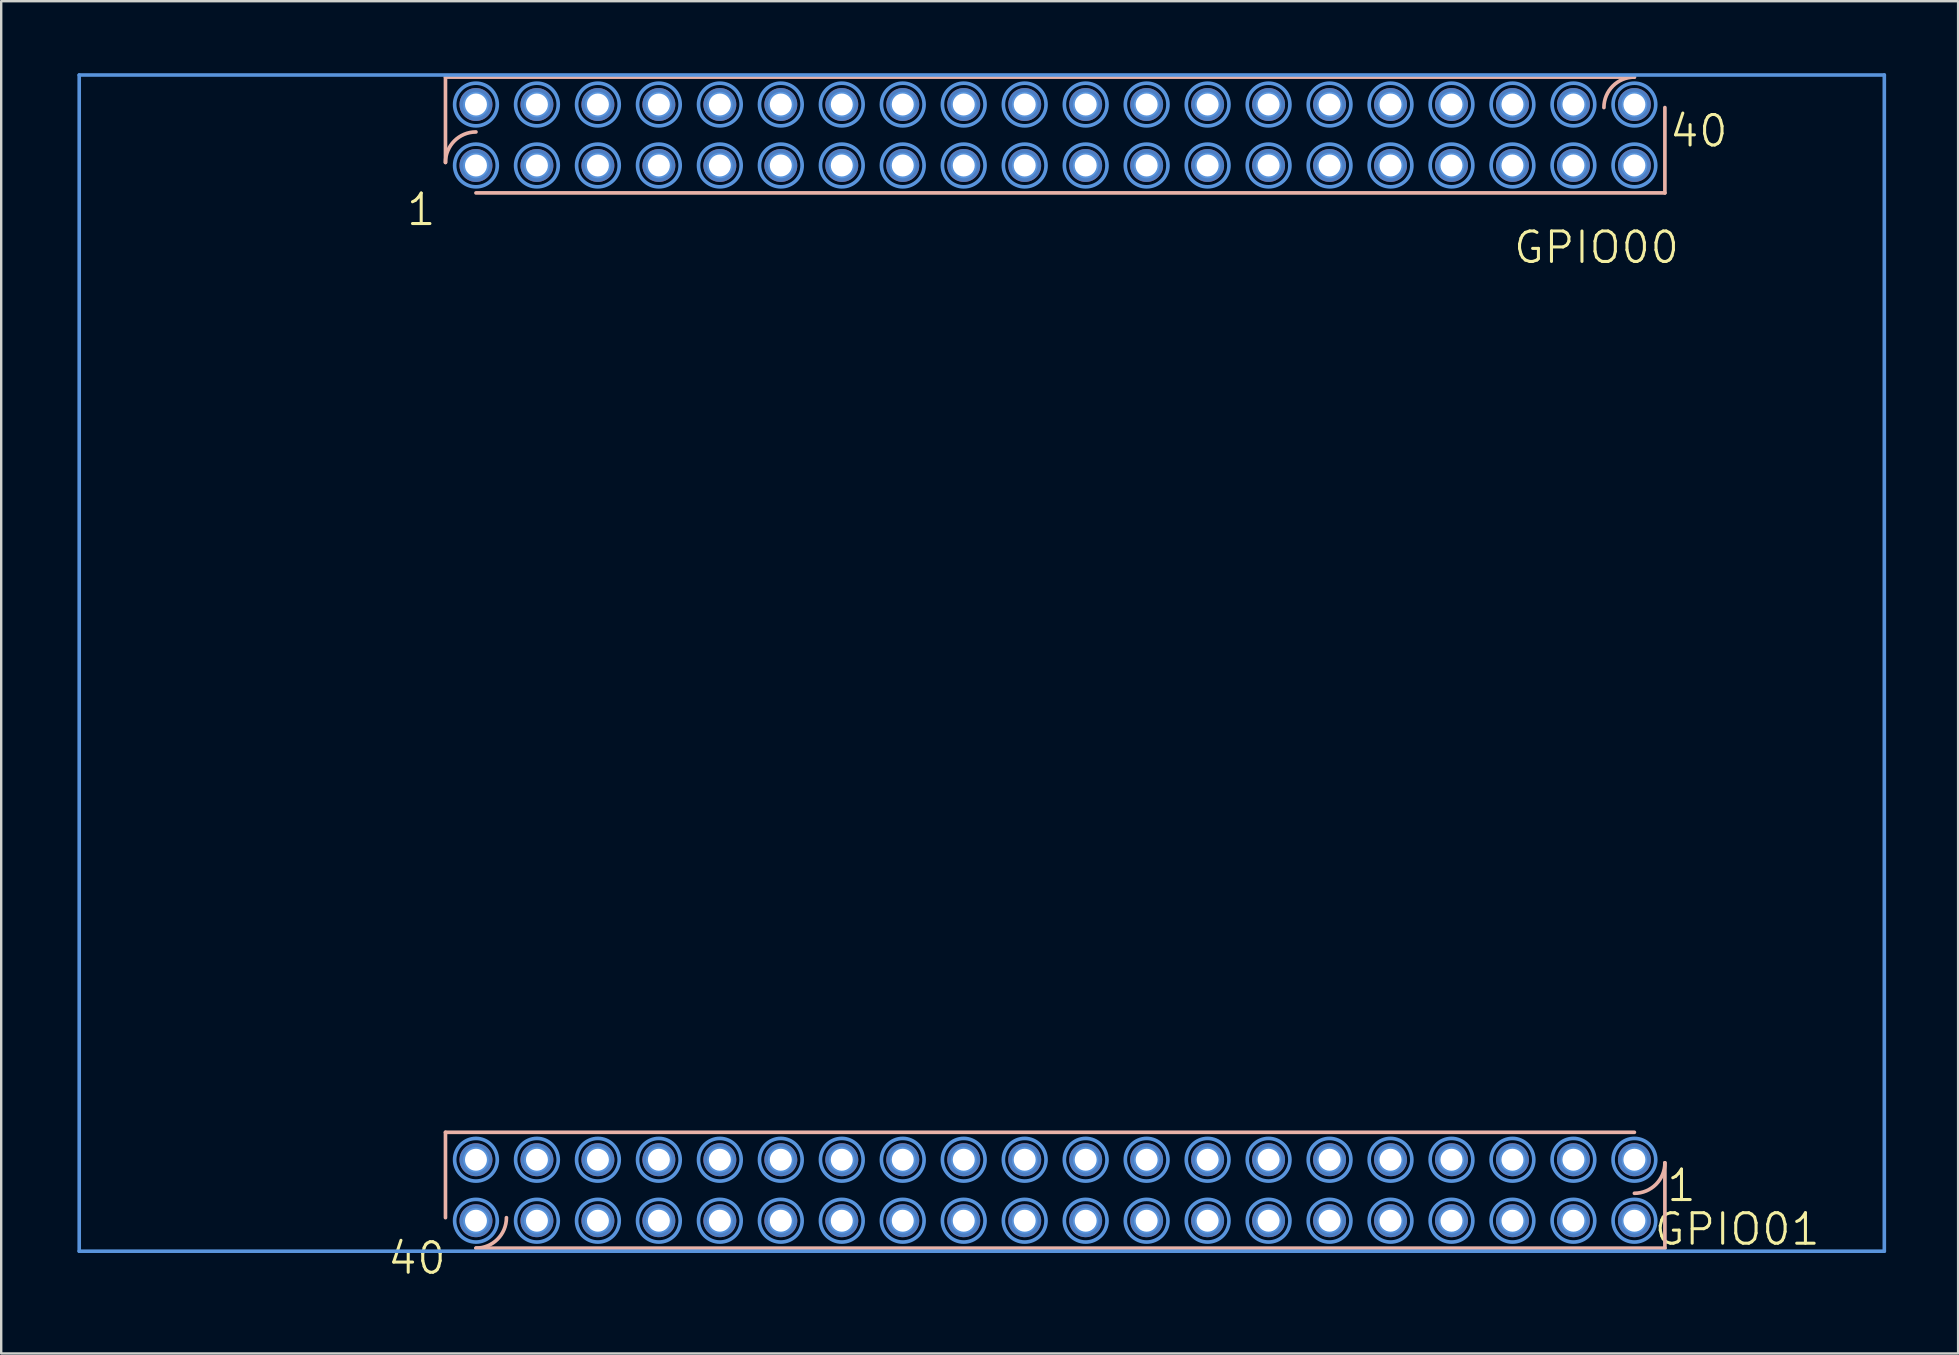
<source format=kicad_pcb>
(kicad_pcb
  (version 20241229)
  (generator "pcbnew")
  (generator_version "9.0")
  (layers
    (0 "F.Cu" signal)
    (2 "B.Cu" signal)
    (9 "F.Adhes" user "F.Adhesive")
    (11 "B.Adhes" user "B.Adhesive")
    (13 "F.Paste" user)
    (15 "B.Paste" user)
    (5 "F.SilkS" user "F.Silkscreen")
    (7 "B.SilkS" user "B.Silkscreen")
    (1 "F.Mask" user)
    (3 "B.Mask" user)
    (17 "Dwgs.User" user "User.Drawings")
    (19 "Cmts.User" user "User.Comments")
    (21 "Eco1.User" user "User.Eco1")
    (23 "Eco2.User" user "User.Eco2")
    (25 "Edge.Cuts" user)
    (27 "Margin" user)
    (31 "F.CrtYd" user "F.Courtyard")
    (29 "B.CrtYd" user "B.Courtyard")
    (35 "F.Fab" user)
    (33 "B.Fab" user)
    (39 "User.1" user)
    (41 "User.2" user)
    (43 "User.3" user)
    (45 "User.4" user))
  (footprint "DE0-NANO-SHIELD-BASE"
    (layer "F.Cu")
    (at 0.25 49.074)
    (property "Reference" "DE0-NANO-SHIELD-BASE" (at 33.678 -20.731 0) (layer "Eco1.User") (effects (font (size 1.27 1.27) (thickness 0.127))))
    (attr through_hole)
    (fp_line (start 15.258 -48.913) (end 15.258 -45.357) (stroke (width 0.152) (type solid)) (layer "B.SilkS"))
    (fp_line (start 15.258 -48.913) (end 64.788 -48.913) (stroke (width 0.152) (type solid)) (layer "B.SilkS"))
    (fp_line (start 15.258 -1.397) (end 15.258 -4.953) (stroke (width 0.152) (type solid)) (layer "B.SilkS"))
    (fp_line (start 16.528 -44.087) (end 66.058 -44.087) (stroke (width 0.152) (type solid)) (layer "B.SilkS"))
    (fp_line (start 64.788 -4.953) (end 15.258 -4.953) (stroke (width 0.152) (type solid)) (layer "B.SilkS"))
    (fp_line (start 66.058 -47.643) (end 66.058 -44.087) (stroke (width 0.152) (type solid)) (layer "B.SilkS"))
    (fp_line (start 66.058 -0.127) (end 16.528 -0.127) (stroke (width 0.152) (type solid)) (layer "B.SilkS"))
    (fp_line (start 66.058 -0.127) (end 66.058 -3.683) (stroke (width 0.152) (type solid)) (layer "B.SilkS"))
    (fp_arc (start 15.25778 -45.35678) (mid 15.629754 -46.254806) (end 16.52778 -46.62678) (stroke (width 0.1524) (type solid)) (layer "B.SilkS"))
    (fp_arc (start 17.79778 -1.397) (mid 17.425806 -0.498974) (end 16.52778 -0.127) (stroke (width 0.1524) (type solid)) (layer "B.SilkS"))
    (fp_arc (start 63.51778 -47.64278) (mid 63.889754 -48.540806) (end 64.78778 -48.91278) (stroke (width 0.1524) (type solid)) (layer "B.SilkS"))
    (fp_arc (start 66.05778 -3.683) (mid 65.685806 -2.784974) (end 64.78778 -2.413) (stroke (width 0.1524) (type solid)) (layer "B.SilkS"))
    (fp_line (start 0 -48.999) (end 0 0) (stroke (width 0.15) (type solid)) (layer "Cmts.User"))
    (fp_line (start 0 0) (end 75.199 0) (stroke (width 0.15) (type solid)) (layer "Cmts.User"))
    (fp_line (start 75.199 -48.999) (end 0 -48.999) (stroke (width 0.15) (type solid)) (layer "Cmts.User"))
    (fp_line (start 75.199 0) (end 75.199 -48.999) (stroke (width 0.15) (type solid)) (layer "Cmts.User"))
    (fp_circle (center 16.528 -47.77) (end 16.655 -47.77) (stroke (width 0.406) (type solid)) (fill no) (layer "Cmts.User"))
    (fp_circle (center 16.528 -47.77) (end 17.417 -47.77) (stroke (width 0.152) (type solid)) (fill no) (layer "Cmts.User"))
    (fp_circle (center 16.528 -45.23) (end 16.655 -45.23) (stroke (width 0.406) (type solid)) (fill no) (layer "Cmts.User"))
    (fp_circle (center 16.528 -45.23) (end 17.417 -45.23) (stroke (width 0.152) (type solid)) (fill no) (layer "Cmts.User"))
    (fp_circle (center 16.528 -3.81) (end 16.655 -3.81) (stroke (width 0.406) (type solid)) (fill no) (layer "Cmts.User"))
    (fp_circle (center 16.528 -3.81) (end 17.417 -3.81) (stroke (width 0.152) (type solid)) (fill no) (layer "Cmts.User"))
    (fp_circle (center 16.528 -1.27) (end 16.655 -1.27) (stroke (width 0.406) (type solid)) (fill no) (layer "Cmts.User"))
    (fp_circle (center 16.528 -1.27) (end 17.417 -1.27) (stroke (width 0.152) (type solid)) (fill no) (layer "Cmts.User"))
    (fp_circle (center 19.068 -47.77) (end 19.195 -47.77) (stroke (width 0.406) (type solid)) (fill no) (layer "Cmts.User"))
    (fp_circle (center 19.068 -47.77) (end 19.957 -47.77) (stroke (width 0.152) (type solid)) (fill no) (layer "Cmts.User"))
    (fp_circle (center 19.068 -45.23) (end 19.195 -45.23) (stroke (width 0.406) (type solid)) (fill no) (layer "Cmts.User"))
    (fp_circle (center 19.068 -45.23) (end 19.957 -45.23) (stroke (width 0.152) (type solid)) (fill no) (layer "Cmts.User"))
    (fp_circle (center 19.068 -3.81) (end 19.195 -3.81) (stroke (width 0.406) (type solid)) (fill no) (layer "Cmts.User"))
    (fp_circle (center 19.068 -3.81) (end 19.957 -3.81) (stroke (width 0.152) (type solid)) (fill no) (layer "Cmts.User"))
    (fp_circle (center 19.068 -1.27) (end 19.195 -1.27) (stroke (width 0.406) (type solid)) (fill no) (layer "Cmts.User"))
    (fp_circle (center 19.068 -1.27) (end 19.957 -1.27) (stroke (width 0.152) (type solid)) (fill no) (layer "Cmts.User"))
    (fp_circle (center 21.608 -47.77) (end 21.735 -47.77) (stroke (width 0.406) (type solid)) (fill no) (layer "Cmts.User"))
    (fp_circle (center 21.608 -47.77) (end 22.497 -47.77) (stroke (width 0.152) (type solid)) (fill no) (layer "Cmts.User"))
    (fp_circle (center 21.608 -45.23) (end 21.735 -45.23) (stroke (width 0.406) (type solid)) (fill no) (layer "Cmts.User"))
    (fp_circle (center 21.608 -45.23) (end 22.497 -45.23) (stroke (width 0.152) (type solid)) (fill no) (layer "Cmts.User"))
    (fp_circle (center 21.608 -3.81) (end 21.735 -3.81) (stroke (width 0.406) (type solid)) (fill no) (layer "Cmts.User"))
    (fp_circle (center 21.608 -3.81) (end 22.497 -3.81) (stroke (width 0.152) (type solid)) (fill no) (layer "Cmts.User"))
    (fp_circle (center 21.608 -1.27) (end 21.735 -1.27) (stroke (width 0.406) (type solid)) (fill no) (layer "Cmts.User"))
    (fp_circle (center 21.608 -1.27) (end 22.497 -1.27) (stroke (width 0.152) (type solid)) (fill no) (layer "Cmts.User"))
    (fp_circle (center 24.148 -47.77) (end 24.275 -47.77) (stroke (width 0.406) (type solid)) (fill no) (layer "Cmts.User"))
    (fp_circle (center 24.148 -47.77) (end 25.037 -47.77) (stroke (width 0.152) (type solid)) (fill no) (layer "Cmts.User"))
    (fp_circle (center 24.148 -45.23) (end 24.275 -45.23) (stroke (width 0.406) (type solid)) (fill no) (layer "Cmts.User"))
    (fp_circle (center 24.148 -45.23) (end 25.037 -45.23) (stroke (width 0.152) (type solid)) (fill no) (layer "Cmts.User"))
    (fp_circle (center 24.148 -3.81) (end 24.275 -3.81) (stroke (width 0.406) (type solid)) (fill no) (layer "Cmts.User"))
    (fp_circle (center 24.148 -3.81) (end 25.037 -3.81) (stroke (width 0.152) (type solid)) (fill no) (layer "Cmts.User"))
    (fp_circle (center 24.148 -1.27) (end 24.275 -1.27) (stroke (width 0.406) (type solid)) (fill no) (layer "Cmts.User"))
    (fp_circle (center 24.148 -1.27) (end 25.037 -1.27) (stroke (width 0.152) (type solid)) (fill no) (layer "Cmts.User"))
    (fp_circle (center 26.688 -47.77) (end 26.815 -47.77) (stroke (width 0.406) (type solid)) (fill no) (layer "Cmts.User"))
    (fp_circle (center 26.688 -47.77) (end 27.577 -47.77) (stroke (width 0.152) (type solid)) (fill no) (layer "Cmts.User"))
    (fp_circle (center 26.688 -45.23) (end 26.815 -45.23) (stroke (width 0.406) (type solid)) (fill no) (layer "Cmts.User"))
    (fp_circle (center 26.688 -45.23) (end 27.577 -45.23) (stroke (width 0.152) (type solid)) (fill no) (layer "Cmts.User"))
    (fp_circle (center 26.688 -3.81) (end 26.815 -3.81) (stroke (width 0.406) (type solid)) (fill no) (layer "Cmts.User"))
    (fp_circle (center 26.688 -3.81) (end 27.577 -3.81) (stroke (width 0.152) (type solid)) (fill no) (layer "Cmts.User"))
    (fp_circle (center 26.688 -1.27) (end 26.815 -1.27) (stroke (width 0.406) (type solid)) (fill no) (layer "Cmts.User"))
    (fp_circle (center 26.688 -1.27) (end 27.577 -1.27) (stroke (width 0.152) (type solid)) (fill no) (layer "Cmts.User"))
    (fp_circle (center 29.228 -47.77) (end 29.355 -47.77) (stroke (width 0.406) (type solid)) (fill no) (layer "Cmts.User"))
    (fp_circle (center 29.228 -47.77) (end 30.117 -47.77) (stroke (width 0.152) (type solid)) (fill no) (layer "Cmts.User"))
    (fp_circle (center 29.228 -45.23) (end 29.355 -45.23) (stroke (width 0.406) (type solid)) (fill no) (layer "Cmts.User"))
    (fp_circle (center 29.228 -45.23) (end 30.117 -45.23) (stroke (width 0.152) (type solid)) (fill no) (layer "Cmts.User"))
    (fp_circle (center 29.228 -3.81) (end 29.355 -3.81) (stroke (width 0.406) (type solid)) (fill no) (layer "Cmts.User"))
    (fp_circle (center 29.228 -3.81) (end 30.117 -3.81) (stroke (width 0.152) (type solid)) (fill no) (layer "Cmts.User"))
    (fp_circle (center 29.228 -1.27) (end 29.355 -1.27) (stroke (width 0.406) (type solid)) (fill no) (layer "Cmts.User"))
    (fp_circle (center 29.228 -1.27) (end 30.117 -1.27) (stroke (width 0.152) (type solid)) (fill no) (layer "Cmts.User"))
    (fp_circle (center 31.768 -47.77) (end 31.895 -47.77) (stroke (width 0.406) (type solid)) (fill no) (layer "Cmts.User"))
    (fp_circle (center 31.768 -47.77) (end 32.657 -47.77) (stroke (width 0.152) (type solid)) (fill no) (layer "Cmts.User"))
    (fp_circle (center 31.768 -45.23) (end 31.895 -45.23) (stroke (width 0.406) (type solid)) (fill no) (layer "Cmts.User"))
    (fp_circle (center 31.768 -45.23) (end 32.657 -45.23) (stroke (width 0.152) (type solid)) (fill no) (layer "Cmts.User"))
    (fp_circle (center 31.768 -3.81) (end 31.895 -3.81) (stroke (width 0.406) (type solid)) (fill no) (layer "Cmts.User"))
    (fp_circle (center 31.768 -3.81) (end 32.657 -3.81) (stroke (width 0.152) (type solid)) (fill no) (layer "Cmts.User"))
    (fp_circle (center 31.768 -1.27) (end 31.895 -1.27) (stroke (width 0.406) (type solid)) (fill no) (layer "Cmts.User"))
    (fp_circle (center 31.768 -1.27) (end 32.657 -1.27) (stroke (width 0.152) (type solid)) (fill no) (layer "Cmts.User"))
    (fp_circle (center 34.308 -47.77) (end 34.435 -47.77) (stroke (width 0.406) (type solid)) (fill no) (layer "Cmts.User"))
    (fp_circle (center 34.308 -47.77) (end 35.197 -47.77) (stroke (width 0.152) (type solid)) (fill no) (layer "Cmts.User"))
    (fp_circle (center 34.308 -45.23) (end 34.435 -45.23) (stroke (width 0.406) (type solid)) (fill no) (layer "Cmts.User"))
    (fp_circle (center 34.308 -45.23) (end 35.197 -45.23) (stroke (width 0.152) (type solid)) (fill no) (layer "Cmts.User"))
    (fp_circle (center 34.308 -3.81) (end 34.435 -3.81) (stroke (width 0.406) (type solid)) (fill no) (layer "Cmts.User"))
    (fp_circle (center 34.308 -3.81) (end 35.197 -3.81) (stroke (width 0.152) (type solid)) (fill no) (layer "Cmts.User"))
    (fp_circle (center 34.308 -1.27) (end 34.435 -1.27) (stroke (width 0.406) (type solid)) (fill no) (layer "Cmts.User"))
    (fp_circle (center 34.308 -1.27) (end 35.197 -1.27) (stroke (width 0.152) (type solid)) (fill no) (layer "Cmts.User"))
    (fp_circle (center 36.848 -47.77) (end 36.975 -47.77) (stroke (width 0.406) (type solid)) (fill no) (layer "Cmts.User"))
    (fp_circle (center 36.848 -47.77) (end 37.737 -47.77) (stroke (width 0.152) (type solid)) (fill no) (layer "Cmts.User"))
    (fp_circle (center 36.848 -45.23) (end 36.975 -45.23) (stroke (width 0.406) (type solid)) (fill no) (layer "Cmts.User"))
    (fp_circle (center 36.848 -45.23) (end 37.737 -45.23) (stroke (width 0.152) (type solid)) (fill no) (layer "Cmts.User"))
    (fp_circle (center 36.848 -3.81) (end 36.975 -3.81) (stroke (width 0.406) (type solid)) (fill no) (layer "Cmts.User"))
    (fp_circle (center 36.848 -3.81) (end 37.737 -3.81) (stroke (width 0.152) (type solid)) (fill no) (layer "Cmts.User"))
    (fp_circle (center 36.848 -1.27) (end 36.975 -1.27) (stroke (width 0.406) (type solid)) (fill no) (layer "Cmts.User"))
    (fp_circle (center 36.848 -1.27) (end 37.737 -1.27) (stroke (width 0.152) (type solid)) (fill no) (layer "Cmts.User"))
    (fp_circle (center 39.388 -47.77) (end 39.515 -47.77) (stroke (width 0.406) (type solid)) (fill no) (layer "Cmts.User"))
    (fp_circle (center 39.388 -47.77) (end 40.277 -47.77) (stroke (width 0.152) (type solid)) (fill no) (layer "Cmts.User"))
    (fp_circle (center 39.388 -45.23) (end 39.515 -45.23) (stroke (width 0.406) (type solid)) (fill no) (layer "Cmts.User"))
    (fp_circle (center 39.388 -45.23) (end 40.277 -45.23) (stroke (width 0.152) (type solid)) (fill no) (layer "Cmts.User"))
    (fp_circle (center 39.388 -3.81) (end 39.515 -3.81) (stroke (width 0.406) (type solid)) (fill no) (layer "Cmts.User"))
    (fp_circle (center 39.388 -3.81) (end 40.277 -3.81) (stroke (width 0.152) (type solid)) (fill no) (layer "Cmts.User"))
    (fp_circle (center 39.388 -1.27) (end 39.515 -1.27) (stroke (width 0.406) (type solid)) (fill no) (layer "Cmts.User"))
    (fp_circle (center 39.388 -1.27) (end 40.277 -1.27) (stroke (width 0.152) (type solid)) (fill no) (layer "Cmts.User"))
    (fp_circle (center 41.928 -47.77) (end 42.055 -47.77) (stroke (width 0.406) (type solid)) (fill no) (layer "Cmts.User"))
    (fp_circle (center 41.928 -47.77) (end 42.817 -47.77) (stroke (width 0.152) (type solid)) (fill no) (layer "Cmts.User"))
    (fp_circle (center 41.928 -45.23) (end 42.055 -45.23) (stroke (width 0.406) (type solid)) (fill no) (layer "Cmts.User"))
    (fp_circle (center 41.928 -45.23) (end 42.817 -45.23) (stroke (width 0.152) (type solid)) (fill no) (layer "Cmts.User"))
    (fp_circle (center 41.928 -3.81) (end 42.055 -3.81) (stroke (width 0.406) (type solid)) (fill no) (layer "Cmts.User"))
    (fp_circle (center 41.928 -3.81) (end 42.817 -3.81) (stroke (width 0.152) (type solid)) (fill no) (layer "Cmts.User"))
    (fp_circle (center 41.928 -1.27) (end 42.055 -1.27) (stroke (width 0.406) (type solid)) (fill no) (layer "Cmts.User"))
    (fp_circle (center 41.928 -1.27) (end 42.817 -1.27) (stroke (width 0.152) (type solid)) (fill no) (layer "Cmts.User"))
    (fp_circle (center 44.468 -47.77) (end 44.595 -47.77) (stroke (width 0.406) (type solid)) (fill no) (layer "Cmts.User"))
    (fp_circle (center 44.468 -47.77) (end 45.357 -47.77) (stroke (width 0.152) (type solid)) (fill no) (layer "Cmts.User"))
    (fp_circle (center 44.468 -45.23) (end 44.595 -45.23) (stroke (width 0.406) (type solid)) (fill no) (layer "Cmts.User"))
    (fp_circle (center 44.468 -45.23) (end 45.357 -45.23) (stroke (width 0.152) (type solid)) (fill no) (layer "Cmts.User"))
    (fp_circle (center 44.468 -3.81) (end 44.595 -3.81) (stroke (width 0.406) (type solid)) (fill no) (layer "Cmts.User"))
    (fp_circle (center 44.468 -3.81) (end 45.357 -3.81) (stroke (width 0.152) (type solid)) (fill no) (layer "Cmts.User"))
    (fp_circle (center 44.468 -1.27) (end 44.595 -1.27) (stroke (width 0.406) (type solid)) (fill no) (layer "Cmts.User"))
    (fp_circle (center 44.468 -1.27) (end 45.357 -1.27) (stroke (width 0.152) (type solid)) (fill no) (layer "Cmts.User"))
    (fp_circle (center 47.008 -47.77) (end 47.135 -47.77) (stroke (width 0.406) (type solid)) (fill no) (layer "Cmts.User"))
    (fp_circle (center 47.008 -47.77) (end 47.897 -47.77) (stroke (width 0.152) (type solid)) (fill no) (layer "Cmts.User"))
    (fp_circle (center 47.008 -45.23) (end 47.135 -45.23) (stroke (width 0.406) (type solid)) (fill no) (layer "Cmts.User"))
    (fp_circle (center 47.008 -45.23) (end 47.897 -45.23) (stroke (width 0.152) (type solid)) (fill no) (layer "Cmts.User"))
    (fp_circle (center 47.008 -3.81) (end 47.135 -3.81) (stroke (width 0.406) (type solid)) (fill no) (layer "Cmts.User"))
    (fp_circle (center 47.008 -3.81) (end 47.897 -3.81) (stroke (width 0.152) (type solid)) (fill no) (layer "Cmts.User"))
    (fp_circle (center 47.008 -1.27) (end 47.135 -1.27) (stroke (width 0.406) (type solid)) (fill no) (layer "Cmts.User"))
    (fp_circle (center 47.008 -1.27) (end 47.897 -1.27) (stroke (width 0.152) (type solid)) (fill no) (layer "Cmts.User"))
    (fp_circle (center 49.548 -47.77) (end 49.675 -47.77) (stroke (width 0.406) (type solid)) (fill no) (layer "Cmts.User"))
    (fp_circle (center 49.548 -47.77) (end 50.437 -47.77) (stroke (width 0.152) (type solid)) (fill no) (layer "Cmts.User"))
    (fp_circle (center 49.548 -45.23) (end 49.675 -45.23) (stroke (width 0.406) (type solid)) (fill no) (layer "Cmts.User"))
    (fp_circle (center 49.548 -45.23) (end 50.437 -45.23) (stroke (width 0.152) (type solid)) (fill no) (layer "Cmts.User"))
    (fp_circle (center 49.548 -3.81) (end 49.675 -3.81) (stroke (width 0.406) (type solid)) (fill no) (layer "Cmts.User"))
    (fp_circle (center 49.548 -3.81) (end 50.437 -3.81) (stroke (width 0.152) (type solid)) (fill no) (layer "Cmts.User"))
    (fp_circle (center 49.548 -1.27) (end 49.675 -1.27) (stroke (width 0.406) (type solid)) (fill no) (layer "Cmts.User"))
    (fp_circle (center 49.548 -1.27) (end 50.437 -1.27) (stroke (width 0.152) (type solid)) (fill no) (layer "Cmts.User"))
    (fp_circle (center 52.088 -47.77) (end 52.215 -47.77) (stroke (width 0.406) (type solid)) (fill no) (layer "Cmts.User"))
    (fp_circle (center 52.088 -47.77) (end 52.977 -47.77) (stroke (width 0.152) (type solid)) (fill no) (layer "Cmts.User"))
    (fp_circle (center 52.088 -45.23) (end 52.215 -45.23) (stroke (width 0.406) (type solid)) (fill no) (layer "Cmts.User"))
    (fp_circle (center 52.088 -45.23) (end 52.977 -45.23) (stroke (width 0.152) (type solid)) (fill no) (layer "Cmts.User"))
    (fp_circle (center 52.088 -3.81) (end 52.215 -3.81) (stroke (width 0.406) (type solid)) (fill no) (layer "Cmts.User"))
    (fp_circle (center 52.088 -3.81) (end 52.977 -3.81) (stroke (width 0.152) (type solid)) (fill no) (layer "Cmts.User"))
    (fp_circle (center 52.088 -1.27) (end 52.215 -1.27) (stroke (width 0.406) (type solid)) (fill no) (layer "Cmts.User"))
    (fp_circle (center 52.088 -1.27) (end 52.977 -1.27) (stroke (width 0.152) (type solid)) (fill no) (layer "Cmts.User"))
    (fp_circle (center 54.628 -47.77) (end 54.755 -47.77) (stroke (width 0.406) (type solid)) (fill no) (layer "Cmts.User"))
    (fp_circle (center 54.628 -47.77) (end 55.517 -47.77) (stroke (width 0.152) (type solid)) (fill no) (layer "Cmts.User"))
    (fp_circle (center 54.628 -45.23) (end 54.755 -45.23) (stroke (width 0.406) (type solid)) (fill no) (layer "Cmts.User"))
    (fp_circle (center 54.628 -45.23) (end 55.517 -45.23) (stroke (width 0.152) (type solid)) (fill no) (layer "Cmts.User"))
    (fp_circle (center 54.628 -3.81) (end 54.755 -3.81) (stroke (width 0.406) (type solid)) (fill no) (layer "Cmts.User"))
    (fp_circle (center 54.628 -3.81) (end 55.517 -3.81) (stroke (width 0.152) (type solid)) (fill no) (layer "Cmts.User"))
    (fp_circle (center 54.628 -1.27) (end 54.755 -1.27) (stroke (width 0.406) (type solid)) (fill no) (layer "Cmts.User"))
    (fp_circle (center 54.628 -1.27) (end 55.517 -1.27) (stroke (width 0.152) (type solid)) (fill no) (layer "Cmts.User"))
    (fp_circle (center 57.168 -47.77) (end 57.295 -47.77) (stroke (width 0.406) (type solid)) (fill no) (layer "Cmts.User"))
    (fp_circle (center 57.168 -47.77) (end 58.057 -47.77) (stroke (width 0.152) (type solid)) (fill no) (layer "Cmts.User"))
    (fp_circle (center 57.168 -45.23) (end 57.295 -45.23) (stroke (width 0.406) (type solid)) (fill no) (layer "Cmts.User"))
    (fp_circle (center 57.168 -45.23) (end 58.057 -45.23) (stroke (width 0.152) (type solid)) (fill no) (layer "Cmts.User"))
    (fp_circle (center 57.168 -3.81) (end 57.295 -3.81) (stroke (width 0.406) (type solid)) (fill no) (layer "Cmts.User"))
    (fp_circle (center 57.168 -3.81) (end 58.057 -3.81) (stroke (width 0.152) (type solid)) (fill no) (layer "Cmts.User"))
    (fp_circle (center 57.168 -1.27) (end 57.295 -1.27) (stroke (width 0.406) (type solid)) (fill no) (layer "Cmts.User"))
    (fp_circle (center 57.168 -1.27) (end 58.057 -1.27) (stroke (width 0.152) (type solid)) (fill no) (layer "Cmts.User"))
    (fp_circle (center 59.708 -47.77) (end 59.835 -47.77) (stroke (width 0.406) (type solid)) (fill no) (layer "Cmts.User"))
    (fp_circle (center 59.708 -47.77) (end 60.597 -47.77) (stroke (width 0.152) (type solid)) (fill no) (layer "Cmts.User"))
    (fp_circle (center 59.708 -45.23) (end 59.835 -45.23) (stroke (width 0.406) (type solid)) (fill no) (layer "Cmts.User"))
    (fp_circle (center 59.708 -45.23) (end 60.597 -45.23) (stroke (width 0.152) (type solid)) (fill no) (layer "Cmts.User"))
    (fp_circle (center 59.708 -3.81) (end 59.835 -3.81) (stroke (width 0.406) (type solid)) (fill no) (layer "Cmts.User"))
    (fp_circle (center 59.708 -3.81) (end 60.597 -3.81) (stroke (width 0.152) (type solid)) (fill no) (layer "Cmts.User"))
    (fp_circle (center 59.708 -1.27) (end 59.835 -1.27) (stroke (width 0.406) (type solid)) (fill no) (layer "Cmts.User"))
    (fp_circle (center 59.708 -1.27) (end 60.597 -1.27) (stroke (width 0.152) (type solid)) (fill no) (layer "Cmts.User"))
    (fp_circle (center 62.248 -47.77) (end 62.375 -47.77) (stroke (width 0.406) (type solid)) (fill no) (layer "Cmts.User"))
    (fp_circle (center 62.248 -47.77) (end 63.137 -47.77) (stroke (width 0.152) (type solid)) (fill no) (layer "Cmts.User"))
    (fp_circle (center 62.248 -45.23) (end 62.375 -45.23) (stroke (width 0.406) (type solid)) (fill no) (layer "Cmts.User"))
    (fp_circle (center 62.248 -45.23) (end 63.137 -45.23) (stroke (width 0.152) (type solid)) (fill no) (layer "Cmts.User"))
    (fp_circle (center 62.248 -3.81) (end 62.375 -3.81) (stroke (width 0.406) (type solid)) (fill no) (layer "Cmts.User"))
    (fp_circle (center 62.248 -3.81) (end 63.137 -3.81) (stroke (width 0.152) (type solid)) (fill no) (layer "Cmts.User"))
    (fp_circle (center 62.248 -1.27) (end 62.375 -1.27) (stroke (width 0.406) (type solid)) (fill no) (layer "Cmts.User"))
    (fp_circle (center 62.248 -1.27) (end 63.137 -1.27) (stroke (width 0.152) (type solid)) (fill no) (layer "Cmts.User"))
    (fp_circle (center 64.788 -47.77) (end 64.915 -47.77) (stroke (width 0.406) (type solid)) (fill no) (layer "Cmts.User"))
    (fp_circle (center 64.788 -47.77) (end 65.677 -47.77) (stroke (width 0.152) (type solid)) (fill no) (layer "Cmts.User"))
    (fp_circle (center 64.788 -45.23) (end 64.915 -45.23) (stroke (width 0.406) (type solid)) (fill no) (layer "Cmts.User"))
    (fp_circle (center 64.788 -45.23) (end 65.677 -45.23) (stroke (width 0.152) (type solid)) (fill no) (layer "Cmts.User"))
    (fp_circle (center 64.788 -3.81) (end 64.915 -3.81) (stroke (width 0.406) (type solid)) (fill no) (layer "Cmts.User"))
    (fp_circle (center 64.788 -3.81) (end 65.677 -3.81) (stroke (width 0.152) (type solid)) (fill no) (layer "Cmts.User"))
    (fp_circle (center 64.788 -1.27) (end 64.915 -1.27) (stroke (width 0.406) (type solid)) (fill no) (layer "Cmts.User"))
    (fp_circle (center 64.788 -1.27) (end 65.677 -1.27) (stroke (width 0.152) (type solid)) (fill no) (layer "Cmts.User"))
    (fp_text user "1" (at 66.749 -2.733 0) (layer "F.SilkS") (effects (font (size 1.27 1.27) (thickness 0.127))))
    (fp_text user "1" (at 14.247 -43.393 0) (layer "F.SilkS") (effects (font (size 1.27 1.27) (thickness 0.127))))
    (fp_text user "40" (at 14.069 0.295 0) (layer "F.SilkS") (effects (font (size 1.27 1.27) (thickness 0.127))))
    (fp_text user "GPIO00" (at 63.208 -41.813 0) (layer "F.SilkS") (effects (font (size 1.27 1.27) (thickness 0.127))))
    (fp_text user "GPIO01" (at 69.07 -0.914 0) (layer "F.SilkS") (effects (font (size 1.27 1.27) (thickness 0.127))))
    (fp_text user "40" (at 67.47 -46.665 0) (layer "F.SilkS") (effects (font (size 1.27 1.27) (thickness 0.127))))
    (pad "1" thru_hole oval (at 16.528 -45.23) (size 1.372 1.372) (drill 0.914) (layers "*.Cu" "*.Mask"))
    (pad "2" thru_hole oval (at 16.528 -47.77) (size 1.372 1.372) (drill 0.914) (layers "*.Cu" "*.Mask"))
    (pad "3" thru_hole oval (at 19.068 -45.23) (size 1.372 1.372) (drill 0.914) (layers "*.Cu" "*.Mask"))
    (pad "4" thru_hole oval (at 19.068 -47.77) (size 1.372 1.372) (drill 0.914) (layers "*.Cu" "*.Mask"))
    (pad "5" thru_hole oval (at 21.608 -45.23) (size 1.372 1.372) (drill 0.914) (layers "*.Cu" "*.Mask"))
    (pad "6" thru_hole oval (at 21.608 -47.77) (size 1.372 1.372) (drill 0.914) (layers "*.Cu" "*.Mask"))
    (pad "7" thru_hole oval (at 24.148 -45.23) (size 1.372 1.372) (drill 0.914) (layers "*.Cu" "*.Mask"))
    (pad "8" thru_hole oval (at 24.148 -47.77) (size 1.372 1.372) (drill 0.914) (layers "*.Cu" "*.Mask"))
    (pad "9" thru_hole oval (at 26.688 -45.23) (size 1.372 1.372) (drill 0.914) (layers "*.Cu" "*.Mask"))
    (pad "10" thru_hole oval (at 26.688 -47.77) (size 1.372 1.372) (drill 0.914) (layers "*.Cu" "*.Mask"))
    (pad "11" thru_hole oval (at 29.228 -45.23) (size 1.372 1.372) (drill 0.914) (layers "*.Cu" "*.Mask"))
    (pad "12" thru_hole oval (at 29.228 -47.77) (size 1.372 1.372) (drill 0.914) (layers "*.Cu" "*.Mask"))
    (pad "13" thru_hole oval (at 31.768 -45.23) (size 1.372 1.372) (drill 0.914) (layers "*.Cu" "*.Mask"))
    (pad "14" thru_hole oval (at 31.768 -47.77) (size 1.372 1.372) (drill 0.914) (layers "*.Cu" "*.Mask"))
    (pad "15" thru_hole oval (at 34.308 -45.23) (size 1.372 1.372) (drill 0.914) (layers "*.Cu" "*.Mask"))
    (pad "16" thru_hole oval (at 34.308 -47.77) (size 1.372 1.372) (drill 0.914) (layers "*.Cu" "*.Mask"))
    (pad "17" thru_hole oval (at 36.848 -45.23) (size 1.372 1.372) (drill 0.914) (layers "*.Cu" "*.Mask"))
    (pad "18" thru_hole oval (at 36.848 -47.77 270) (size 1.372 1.372) (drill 0.914) (layers "*.Cu" "*.Mask"))
    (pad "19" thru_hole oval (at 39.388 -45.23) (size 1.372 1.372) (drill 0.914) (layers "*.Cu" "*.Mask"))
    (pad "20" thru_hole oval (at 39.388 -47.77 270) (size 1.372 1.372) (drill 0.914) (layers "*.Cu" "*.Mask"))
    (pad "21" thru_hole oval (at 41.928 -45.23) (size 1.372 1.372) (drill 0.914) (layers "*.Cu" "*.Mask"))
    (pad "22" thru_hole oval (at 41.928 -47.77) (size 1.372 1.372) (drill 0.914) (layers "*.Cu" "*.Mask"))
    (pad "23" thru_hole oval (at 44.468 -45.23) (size 1.372 1.372) (drill 0.914) (layers "*.Cu" "*.Mask"))
    (pad "24" thru_hole oval (at 44.468 -47.77) (size 1.372 1.372) (drill 0.914) (layers "*.Cu" "*.Mask"))
    (pad "25" thru_hole oval (at 47.008 -45.23) (size 1.372 1.372) (drill 0.914) (layers "*.Cu" "*.Mask"))
    (pad "26" thru_hole oval (at 47.008 -47.77) (size 1.372 1.372) (drill 0.914) (layers "*.Cu" "*.Mask"))
    (pad "27" thru_hole oval (at 49.548 -45.23) (size 1.372 1.372) (drill 0.914) (layers "*.Cu" "*.Mask"))
    (pad "28" thru_hole oval (at 49.548 -47.77) (size 1.372 1.372) (drill 0.914) (layers "*.Cu" "*.Mask"))
    (pad "29" thru_hole oval (at 52.088 -45.23) (size 1.372 1.372) (drill 0.914) (layers "*.Cu" "*.Mask"))
    (pad "30" thru_hole oval (at 52.088 -47.77) (size 1.372 1.372) (drill 0.914) (layers "*.Cu" "*.Mask"))
    (pad "31" thru_hole oval (at 54.628 -45.23) (size 1.372 1.372) (drill 0.914) (layers "*.Cu" "*.Mask"))
    (pad "32" thru_hole oval (at 54.628 -47.77) (size 1.372 1.372) (drill 0.914) (layers "*.Cu" "*.Mask"))
    (pad "33" thru_hole oval (at 57.168 -45.23) (size 1.372 1.372) (drill 0.914) (layers "*.Cu" "*.Mask"))
    (pad "34" thru_hole oval (at 57.168 -47.77) (size 1.372 1.372) (drill 0.914) (layers "*.Cu" "*.Mask"))
    (pad "35" thru_hole oval (at 59.708 -45.23) (size 1.372 1.372) (drill 0.914) (layers "*.Cu" "*.Mask"))
    (pad "36" thru_hole oval (at 59.708 -47.77) (size 1.372 1.372) (drill 0.914) (layers "*.Cu" "*.Mask"))
    (pad "37" thru_hole oval (at 62.248 -45.23) (size 1.372 1.372) (drill 0.914) (layers "*.Cu" "*.Mask"))
    (pad "38" thru_hole oval (at 62.248 -47.77) (size 1.372 1.372) (drill 0.914) (layers "*.Cu" "*.Mask"))
    (pad "39" thru_hole oval (at 64.788 -45.23) (size 1.372 1.372) (drill 0.914) (layers "*.Cu" "*.Mask"))
    (pad "40" thru_hole oval (at 64.788 -47.77) (size 1.372 1.372) (drill 0.914) (layers "*.Cu" "*.Mask"))
    (pad "41" thru_hole oval (at 64.788 -3.81 180) (size 1.372 1.372) (drill 0.914) (layers "*.Cu" "*.Mask"))
    (pad "42" thru_hole oval (at 64.788 -1.27 180) (size 1.372 1.372) (drill 0.914) (layers "*.Cu" "*.Mask"))
    (pad "43" thru_hole oval (at 62.248 -3.81 180) (size 1.372 1.372) (drill 0.914) (layers "*.Cu" "*.Mask"))
    (pad "44" thru_hole oval (at 62.248 -1.27 180) (size 1.372 1.372) (drill 0.914) (layers "*.Cu" "*.Mask"))
    (pad "45" thru_hole oval (at 59.708 -3.81 180) (size 1.372 1.372) (drill 0.914) (layers "*.Cu" "*.Mask"))
    (pad "46" thru_hole oval (at 59.708 -1.27 180) (size 1.372 1.372) (drill 0.914) (layers "*.Cu" "*.Mask"))
    (pad "47" thru_hole oval (at 57.168 -3.81 180) (size 1.372 1.372) (drill 0.914) (layers "*.Cu" "*.Mask"))
    (pad "48" thru_hole oval (at 57.168 -1.27 180) (size 1.372 1.372) (drill 0.914) (layers "*.Cu" "*.Mask"))
    (pad "49" thru_hole oval (at 54.628 -3.81 180) (size 1.372 1.372) (drill 0.914) (layers "*.Cu" "*.Mask"))
    (pad "50" thru_hole oval (at 54.628 -1.27 180) (size 1.372 1.372) (drill 0.914) (layers "*.Cu" "*.Mask"))
    (pad "51" thru_hole oval (at 52.088 -3.81 180) (size 1.372 1.372) (drill 0.914) (layers "*.Cu" "*.Mask"))
    (pad "52" thru_hole oval (at 52.088 -1.27 180) (size 1.372 1.372) (drill 0.914) (layers "*.Cu" "*.Mask"))
    (pad "53" thru_hole oval (at 49.548 -3.81 180) (size 1.372 1.372) (drill 0.914) (layers "*.Cu" "*.Mask"))
    (pad "54" thru_hole oval (at 49.548 -1.27 180) (size 1.372 1.372) (drill 0.914) (layers "*.Cu" "*.Mask"))
    (pad "55" thru_hole oval (at 47.008 -3.81 180) (size 1.372 1.372) (drill 0.914) (layers "*.Cu" "*.Mask"))
    (pad "56" thru_hole oval (at 47.008 -1.27 180) (size 1.372 1.372) (drill 0.914) (layers "*.Cu" "*.Mask"))
    (pad "57" thru_hole oval (at 44.468 -3.81 180) (size 1.372 1.372) (drill 0.914) (layers "*.Cu" "*.Mask"))
    (pad "58" thru_hole oval (at 44.468 -1.27 180) (size 1.372 1.372) (drill 0.914) (layers "*.Cu" "*.Mask"))
    (pad "59" thru_hole oval (at 41.928 -3.81 180) (size 1.372 1.372) (drill 0.914) (layers "*.Cu" "*.Mask"))
    (pad "60" thru_hole oval (at 41.928 -1.27 180) (size 1.372 1.372) (drill 0.914) (layers "*.Cu" "*.Mask"))
    (pad "61" thru_hole oval (at 39.388 -3.81 180) (size 1.372 1.372) (drill 0.914) (layers "*.Cu" "*.Mask"))
    (pad "62" thru_hole oval (at 39.388 -1.27 180) (size 1.372 1.372) (drill 0.914) (layers "*.Cu" "*.Mask"))
    (pad "63" thru_hole oval (at 36.848 -3.81 180) (size 1.372 1.372) (drill 0.914) (layers "*.Cu" "*.Mask"))
    (pad "64" thru_hole oval (at 36.848 -1.27 180) (size 1.372 1.372) (drill 0.914) (layers "*.Cu" "*.Mask"))
    (pad "65" thru_hole oval (at 34.308 -3.81 180) (size 1.372 1.372) (drill 0.914) (layers "*.Cu" "*.Mask"))
    (pad "66" thru_hole oval (at 34.308 -1.27 180) (size 1.372 1.372) (drill 0.914) (layers "*.Cu" "*.Mask"))
    (pad "67" thru_hole oval (at 31.768 -3.81 180) (size 1.372 1.372) (drill 0.914) (layers "*.Cu" "*.Mask"))
    (pad "68" thru_hole oval (at 31.768 -1.27 180) (size 1.372 1.372) (drill 0.914) (layers "*.Cu" "*.Mask"))
    (pad "69" thru_hole oval (at 29.228 -3.81 180) (size 1.372 1.372) (drill 0.914) (layers "*.Cu" "*.Mask"))
    (pad "70" thru_hole oval (at 29.228 -1.27 180) (size 1.372 1.372) (drill 0.914) (layers "*.Cu" "*.Mask"))
    (pad "71" thru_hole oval (at 26.688 -3.81 180) (size 1.372 1.372) (drill 0.914) (layers "*.Cu" "*.Mask"))
    (pad "72" thru_hole oval (at 26.688 -1.27 180) (size 1.372 1.372) (drill 0.914) (layers "*.Cu" "*.Mask"))
    (pad "73" thru_hole oval (at 24.148 -3.81 180) (size 1.372 1.372) (drill 0.914) (layers "*.Cu" "*.Mask"))
    (pad "74" thru_hole oval (at 24.148 -1.27 180) (size 1.372 1.372) (drill 0.914) (layers "*.Cu" "*.Mask"))
    (pad "75" thru_hole oval (at 21.608 -3.81 180) (size 1.372 1.372) (drill 0.914) (layers "*.Cu" "*.Mask"))
    (pad "76" thru_hole oval (at 21.608 -1.27 180) (size 1.372 1.372) (drill 0.914) (layers "*.Cu" "*.Mask"))
    (pad "77" thru_hole oval (at 19.068 -3.81 180) (size 1.372 1.372) (drill 0.914) (layers "*.Cu" "*.Mask"))
    (pad "78" thru_hole oval (at 19.068 -1.27 180) (size 1.372 1.372) (drill 0.914) (layers "*.Cu" "*.Mask"))
    (pad "79" thru_hole oval (at 16.528 -3.81 180) (size 1.372 1.372) (drill 0.914) (layers "*.Cu" "*.Mask"))
    (pad "80" thru_hole oval (at 16.528 -1.27 180) (size 1.372 1.372) (drill 0.914) (layers "*.Cu" "*.Mask")))
  (gr_rect
    (start -3 -3)
    (end 78.524 53.335)
    (stroke (width 0.1) (type default))
    (fill no)
    (layer "Edge.Cuts")))
</source>
